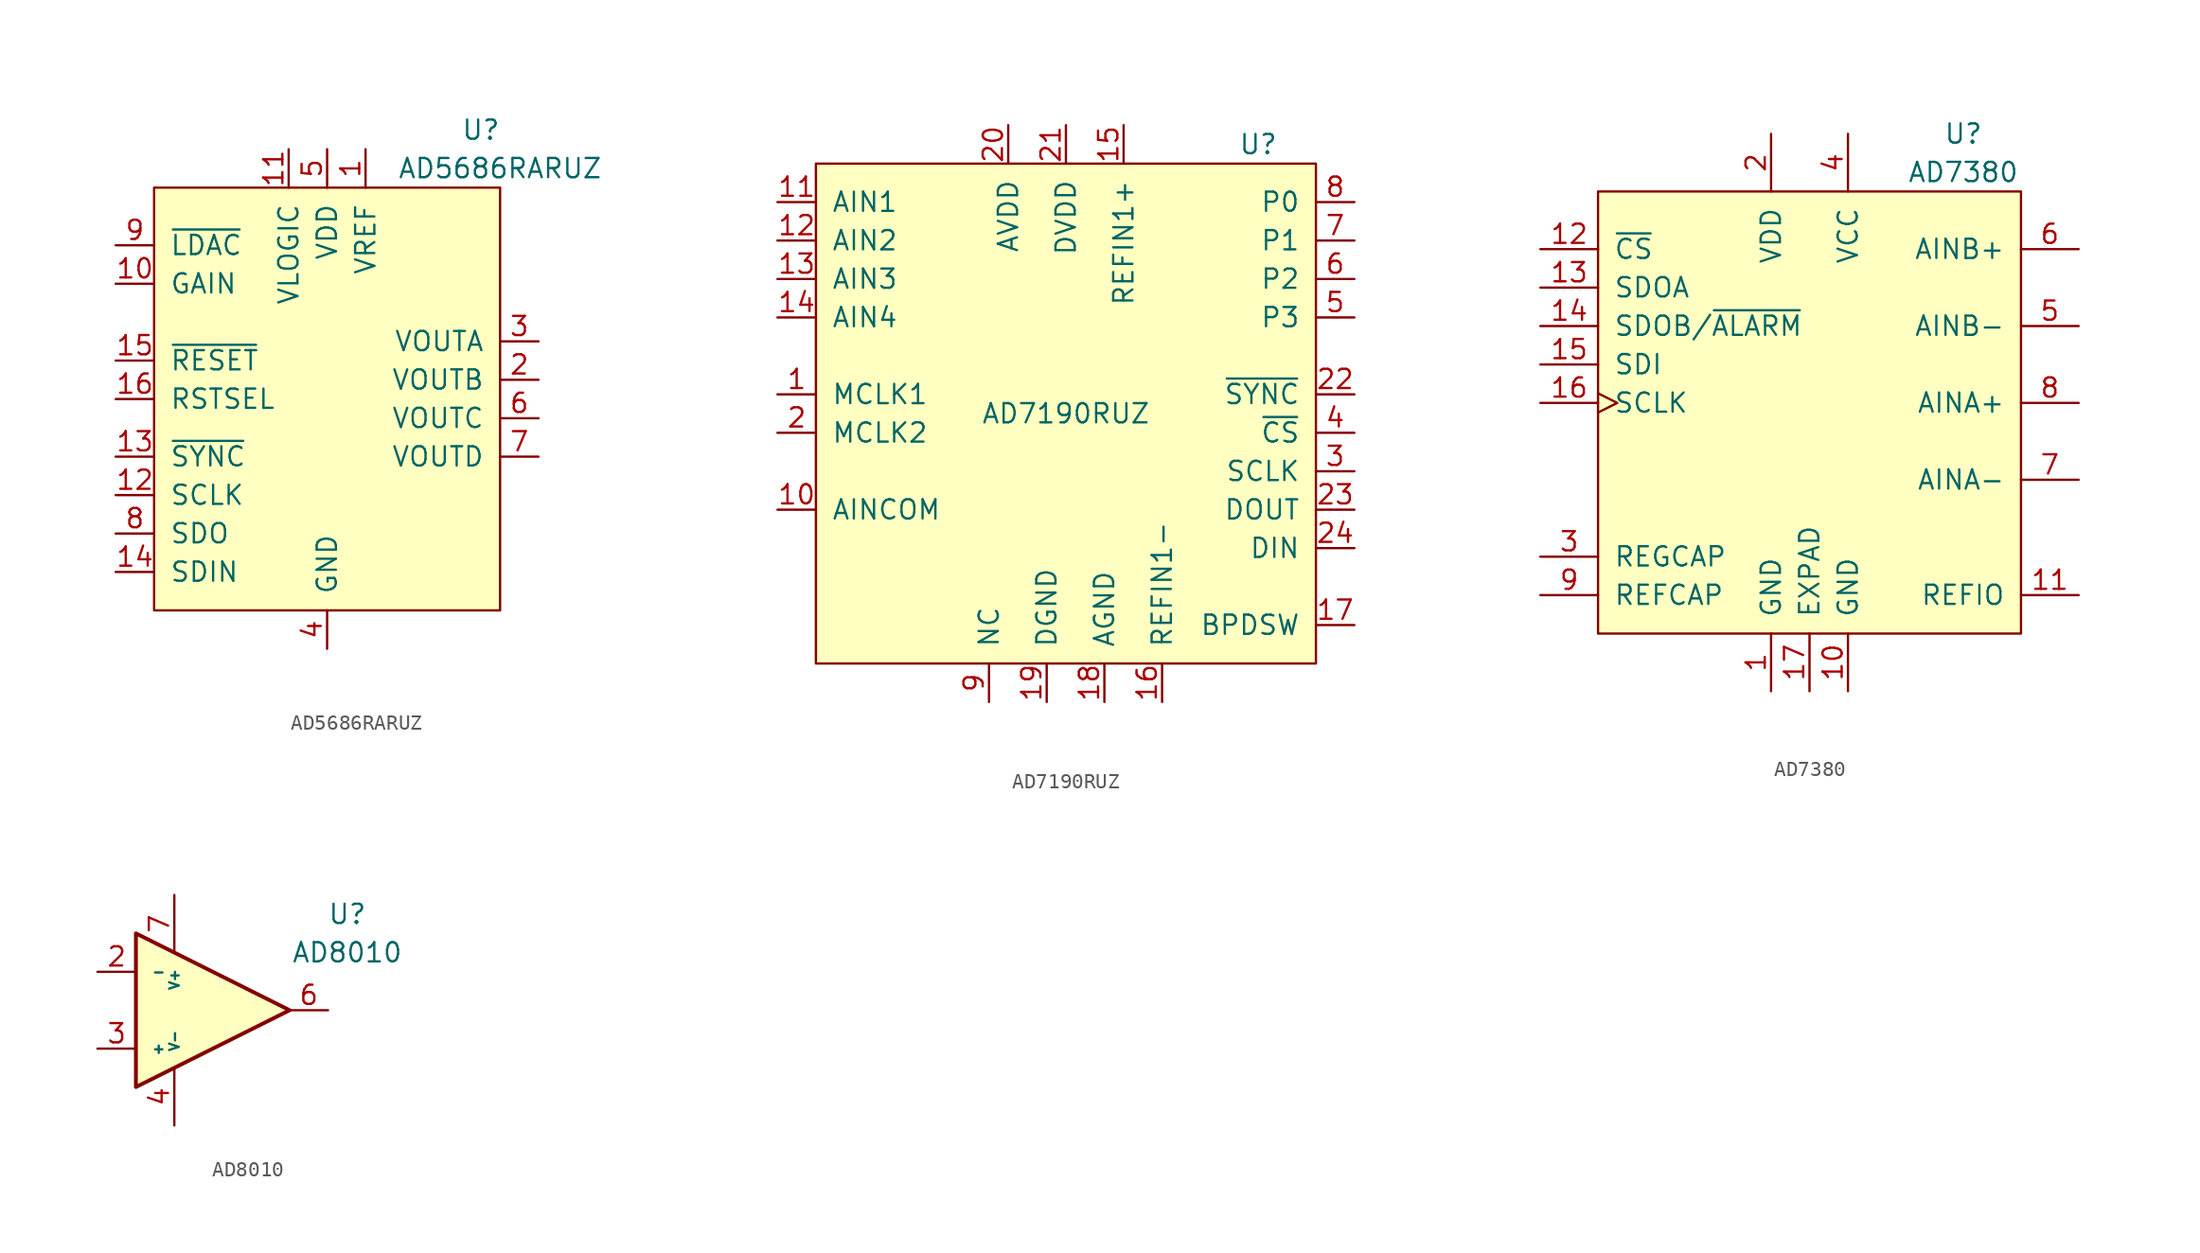
<source format=kicad_sym>
(kicad_symbol_lib
  (version 20211014)
  (generator kicad_symbol_editor)
  (symbol "AD5686RARUZ"
    (pin_names
      (offset 1.016))
    (property "Reference" "U"
      (at 10.16 17.78 0)
      (effects (font (size 1.27 1.27))))
    (property "Value" "AD5686RARUZ"
      (at 11.43 15.24 0)
      (effects (font (size 1.27 1.27))))
    (symbol "AD5686RARUZ_0_1"
      (rectangle (start -11.43 13.97) (end 11.43 -13.97) (stroke (width 0) (type default) (color 0 0 0 0)) (fill (type background))))
    (symbol "AD5686RARUZ_1_1"
      (pin power_in line (at 2.54 16.51 270) (length 2.54) (name "VREF" (effects (font (size 1.27 1.27)))) (number "1" (effects (font (size 1.27 1.27)))))
      (pin input line (at -13.97 7.62 0) (length 2.54) (name "GAIN" (effects (font (size 1.27 1.27)))) (number "10" (effects (font (size 1.27 1.27)))))
      (pin power_in line (at -2.54 16.51 270) (length 2.54) (name "VLOGIC" (effects (font (size 1.27 1.27)))) (number "11" (effects (font (size 1.27 1.27)))))
      (pin input line (at -13.97 -6.35 0) (length 2.54) (name "SCLK" (effects (font (size 1.27 1.27)))) (number "12" (effects (font (size 1.27 1.27)))))
      (pin input line (at -13.97 -3.81 0) (length 2.54) (name "~{SYNC}" (effects (font (size 1.27 1.27)))) (number "13" (effects (font (size 1.27 1.27)))))
      (pin input line (at -13.97 -11.43 0) (length 2.54) (name "SDIN" (effects (font (size 1.27 1.27)))) (number "14" (effects (font (size 1.27 1.27)))))
      (pin input line (at -13.97 2.54 0) (length 2.54) (name "~{RESET}" (effects (font (size 1.27 1.27)))) (number "15" (effects (font (size 1.27 1.27)))))
      (pin input line (at -13.97 0 0) (length 2.54) (name "RSTSEL" (effects (font (size 1.27 1.27)))) (number "16" (effects (font (size 1.27 1.27)))))
      (pin output line (at 13.97 1.27 180) (length 2.54) (name "VOUTB" (effects (font (size 1.27 1.27)))) (number "2" (effects (font (size 1.27 1.27)))))
      (pin output line (at 13.97 3.81 180) (length 2.54) (name "VOUTA" (effects (font (size 1.27 1.27)))) (number "3" (effects (font (size 1.27 1.27)))))
      (pin passive line (at 0 -16.51 90) (length 2.54) (name "GND" (effects (font (size 1.27 1.27)))) (number "4" (effects (font (size 1.27 1.27)))))
      (pin power_in line (at 0 16.51 270) (length 2.54) (name "VDD" (effects (font (size 1.27 1.27)))) (number "5" (effects (font (size 1.27 1.27)))))
      (pin output line (at 13.97 -1.27 180) (length 2.54) (name "VOUTC" (effects (font (size 1.27 1.27)))) (number "6" (effects (font (size 1.27 1.27)))))
      (pin output line (at 13.97 -3.81 180) (length 2.54) (name "VOUTD" (effects (font (size 1.27 1.27)))) (number "7" (effects (font (size 1.27 1.27)))))
      (pin input line (at -13.97 -8.89 0) (length 2.54) (name "SDO" (effects (font (size 1.27 1.27)))) (number "8" (effects (font (size 1.27 1.27)))))
      (pin input line (at -13.97 10.16 0) (length 2.54) (name "~{LDAC}" (effects (font (size 1.27 1.27)))) (number "9" (effects (font (size 1.27 1.27)))))))
  (symbol "AD7190RUZ"
    (pin_names
      (offset 1.016))
    (property "Reference" "U"
      (at 12.7 17.78 0)
      (effects (font (size 1.27 1.27))))
    (property "Value" "AD7190RUZ"
      (at 0 0 0)
      (effects (font (size 1.27 1.27))))
    (symbol "AD7190RUZ_0_1"
      (rectangle (start -16.51 16.51) (end 16.51 -16.51) (stroke (width 0) (type default) (color 0 0 0 0)) (fill (type background))))
    (symbol "AD7190RUZ_1_1"
      (pin input line (at -19.05 1.27 0) (length 2.54) (name "MCLK1" (effects (font (size 1.27 1.27)))) (number "1" (effects (font (size 1.27 1.27)))))
      (pin power_in line (at -19.05 -6.35 0) (length 2.54) (name "AINCOM" (effects (font (size 1.27 1.27)))) (number "10" (effects (font (size 1.27 1.27)))))
      (pin input line (at -19.05 13.97 0) (length 2.54) (name "AIN1" (effects (font (size 1.27 1.27)))) (number "11" (effects (font (size 1.27 1.27)))))
      (pin input line (at -19.05 11.43 0) (length 2.54) (name "AIN2" (effects (font (size 1.27 1.27)))) (number "12" (effects (font (size 1.27 1.27)))))
      (pin input line (at -19.05 8.89 0) (length 2.54) (name "AIN3" (effects (font (size 1.27 1.27)))) (number "13" (effects (font (size 1.27 1.27)))))
      (pin input line (at -19.05 6.35 0) (length 2.54) (name "AIN4" (effects (font (size 1.27 1.27)))) (number "14" (effects (font (size 1.27 1.27)))))
      (pin passive line (at 3.81 19.05 270) (length 2.54) (name "REFIN1+" (effects (font (size 1.27 1.27)))) (number "15" (effects (font (size 1.27 1.27)))))
      (pin passive line (at 6.35 -19.05 90) (length 2.54) (name "REFIN1-" (effects (font (size 1.27 1.27)))) (number "16" (effects (font (size 1.27 1.27)))))
      (pin input line (at 19.05 -13.97 180) (length 2.54) (name "BPDSW" (effects (font (size 1.27 1.27)))) (number "17" (effects (font (size 1.27 1.27)))))
      (pin passive line (at 2.54 -19.05 90) (length 2.54) (name "AGND" (effects (font (size 1.27 1.27)))) (number "18" (effects (font (size 1.27 1.27)))))
      (pin passive line (at -1.27 -19.05 90) (length 2.54) (name "DGND" (effects (font (size 1.27 1.27)))) (number "19" (effects (font (size 1.27 1.27)))))
      (pin input line (at -19.05 -1.27 0) (length 2.54) (name "MCLK2" (effects (font (size 1.27 1.27)))) (number "2" (effects (font (size 1.27 1.27)))))
      (pin power_in line (at -3.81 19.05 270) (length 2.54) (name "AVDD" (effects (font (size 1.27 1.27)))) (number "20" (effects (font (size 1.27 1.27)))))
      (pin power_in line (at 0 19.05 270) (length 2.54) (name "DVDD" (effects (font (size 1.27 1.27)))) (number "21" (effects (font (size 1.27 1.27)))))
      (pin input line (at 19.05 1.27 180) (length 2.54) (name "~{SYNC}" (effects (font (size 1.27 1.27)))) (number "22" (effects (font (size 1.27 1.27)))))
      (pin output line (at 19.05 -6.35 180) (length 2.54) (name "DOUT" (effects (font (size 1.27 1.27)))) (number "23" (effects (font (size 1.27 1.27)))))
      (pin input line (at 19.05 -8.89 180) (length 2.54) (name "DIN" (effects (font (size 1.27 1.27)))) (number "24" (effects (font (size 1.27 1.27)))))
      (pin input line (at 19.05 -3.81 180) (length 2.54) (name "SCLK" (effects (font (size 1.27 1.27)))) (number "3" (effects (font (size 1.27 1.27)))))
      (pin input line (at 19.05 -1.27 180) (length 2.54) (name "~{CS}" (effects (font (size 1.27 1.27)))) (number "4" (effects (font (size 1.27 1.27)))))
      (pin output line (at 19.05 6.35 180) (length 2.54) (name "P3" (effects (font (size 1.27 1.27)))) (number "5" (effects (font (size 1.27 1.27)))))
      (pin output line (at 19.05 8.89 180) (length 2.54) (name "P2" (effects (font (size 1.27 1.27)))) (number "6" (effects (font (size 1.27 1.27)))))
      (pin output line (at 19.05 11.43 180) (length 2.54) (name "P1" (effects (font (size 1.27 1.27)))) (number "7" (effects (font (size 1.27 1.27)))))
      (pin output line (at 19.05 13.97 180) (length 2.54) (name "P0" (effects (font (size 1.27 1.27)))) (number "8" (effects (font (size 1.27 1.27)))))
      (pin passive line (at -5.08 -19.05 90) (length 2.54) (name "NC" (effects (font (size 1.27 1.27)))) (number "9" (effects (font (size 1.27 1.27)))))))
  (symbol "AD7380"
    (pin_names
      (offset 1.016))
    (property "Reference" "U"
      (at 10.16 19.05 0)
      (effects (font (size 1.27 1.27))))
    (property "Value" "AD7380"
      (at 10.16 16.51 0)
      (effects (font (size 1.27 1.27))))
    (symbol "AD7380_0_1"
      (rectangle (start -13.97 15.24) (end 13.97 -13.97) (stroke (width 0) (type default) (color 0 0 0 0)) (fill (type background))))
    (symbol "AD7380_1_1"
      (pin passive line (at -2.54 -17.78 90) (length 3.81) (name "GND" (effects (font (size 1.27 1.27)))) (number "1" (effects (font (size 1.27 1.27)))))
      (pin passive line (at 2.54 -17.78 90) (length 3.81) (name "GND" (effects (font (size 1.27 1.27)))) (number "10" (effects (font (size 1.27 1.27)))))
      (pin passive line (at 17.78 -11.43 180) (length 3.81) (name "REFIO" (effects (font (size 1.27 1.27)))) (number "11" (effects (font (size 1.27 1.27)))))
      (pin input line (at -17.78 11.43 0) (length 3.81) (name "~{CS}" (effects (font (size 1.27 1.27)))) (number "12" (effects (font (size 1.27 1.27)))))
      (pin output line (at -17.78 8.89 0) (length 3.81) (name "SDOA" (effects (font (size 1.27 1.27)))) (number "13" (effects (font (size 1.27 1.27)))))
      (pin output line (at -17.78 6.35 0) (length 3.81) (name "SDOB/~{ALARM}" (effects (font (size 1.27 1.27)))) (number "14" (effects (font (size 1.27 1.27)))))
      (pin input line (at -17.78 3.81 0) (length 3.81) (name "SDI" (effects (font (size 1.27 1.27)))) (number "15" (effects (font (size 1.27 1.27)))))
      (pin input clock (at -17.78 1.27 0) (length 3.81) (name "SCLK" (effects (font (size 1.27 1.27)))) (number "16" (effects (font (size 1.27 1.27)))))
      (pin passive line (at 0 -17.78 90) (length 3.81) (name "EXPAD" (effects (font (size 1.27 1.27)))) (number "17" (effects (font (size 1.27 1.27)))))
      (pin passive line (at -2.54 19.05 270) (length 3.81) (name "VDD" (effects (font (size 1.27 1.27)))) (number "2" (effects (font (size 1.27 1.27)))))
      (pin passive line (at -17.78 -8.89 0) (length 3.81) (name "REGCAP" (effects (font (size 1.27 1.27)))) (number "3" (effects (font (size 1.27 1.27)))))
      (pin passive line (at 2.54 19.05 270) (length 3.81) (name "VCC" (effects (font (size 1.27 1.27)))) (number "4" (effects (font (size 1.27 1.27)))))
      (pin input line (at 17.78 6.35 180) (length 3.81) (name "AINB-" (effects (font (size 1.27 1.27)))) (number "5" (effects (font (size 1.27 1.27)))))
      (pin input line (at 17.78 11.43 180) (length 3.81) (name "AINB+" (effects (font (size 1.27 1.27)))) (number "6" (effects (font (size 1.27 1.27)))))
      (pin input line (at 17.78 -3.81 180) (length 3.81) (name "AINA-" (effects (font (size 1.27 1.27)))) (number "7" (effects (font (size 1.27 1.27)))))
      (pin input line (at 17.78 1.27 180) (length 3.81) (name "AINA+" (effects (font (size 1.27 1.27)))) (number "8" (effects (font (size 1.27 1.27)))))
      (pin passive line (at -17.78 -11.43 0) (length 3.81) (name "REFCAP" (effects (font (size 1.27 1.27)))) (number "9" (effects (font (size 1.27 1.27)))))))
  (symbol "AD8010"
    (pin_names
      (offset 1.016))
    (property "Reference" "U"
      (at 10.16 6.35 0)
      (effects (font (size 1.27 1.27))))
    (property "Value" "AD8010"
      (at 10.16 3.81 0)
      (effects (font (size 1.27 1.27))))
    (symbol "AD8010_1_1"
      (polyline (pts (xy -3.81 5.08) (xy 6.35 0) (xy -3.81 -5.08) (xy -3.81 5.08)) (stroke (width 0.254) (type default) (color 0 0 0 0)) (fill (type background)))
      (pin no_connect non_logic (at 1.27 2.54 270) (length 0) hide (name "~" (effects (font (size 0.508 0.508)))) (number "1" (effects (font (size 1.27 1.27)))))
      (pin input line (at -6.35 2.54 0) (length 2.54) (name "-" (effects (font (size 0.635 0.635)))) (number "2" (effects (font (size 1.27 1.27)))))
      (pin input line (at -6.35 -2.54 0) (length 2.54) (name "+" (effects (font (size 0.635 0.635)))) (number "3" (effects (font (size 1.27 1.27)))))
      (pin power_in line (at -1.27 -7.62 90) (length 3.81) (name "V-" (effects (font (size 0.635 0.635)))) (number "4" (effects (font (size 1.27 1.27)))))
      (pin no_connect non_logic (at 3.81 1.27 270) (length 0) hide (name "~" (effects (font (size 0.508 0.508)))) (number "5" (effects (font (size 1.27 1.27)))))
      (pin output line (at 8.89 0 180) (length 2.54) (name "~" (effects (font (size 1.27 1.27)))) (number "6" (effects (font (size 1.27 1.27)))))
      (pin power_in line (at -1.27 7.62 270) (length 3.81) (name "V+" (effects (font (size 0.635 0.635)))) (number "7" (effects (font (size 1.27 1.27)))))
      (pin no_connect non_logic (at 3.81 -1.27 90) (length 0) hide (name "~" (effects (font (size 0.508 0.508)))) (number "8" (effects (font (size 1.27 1.27))))))))
</source>
